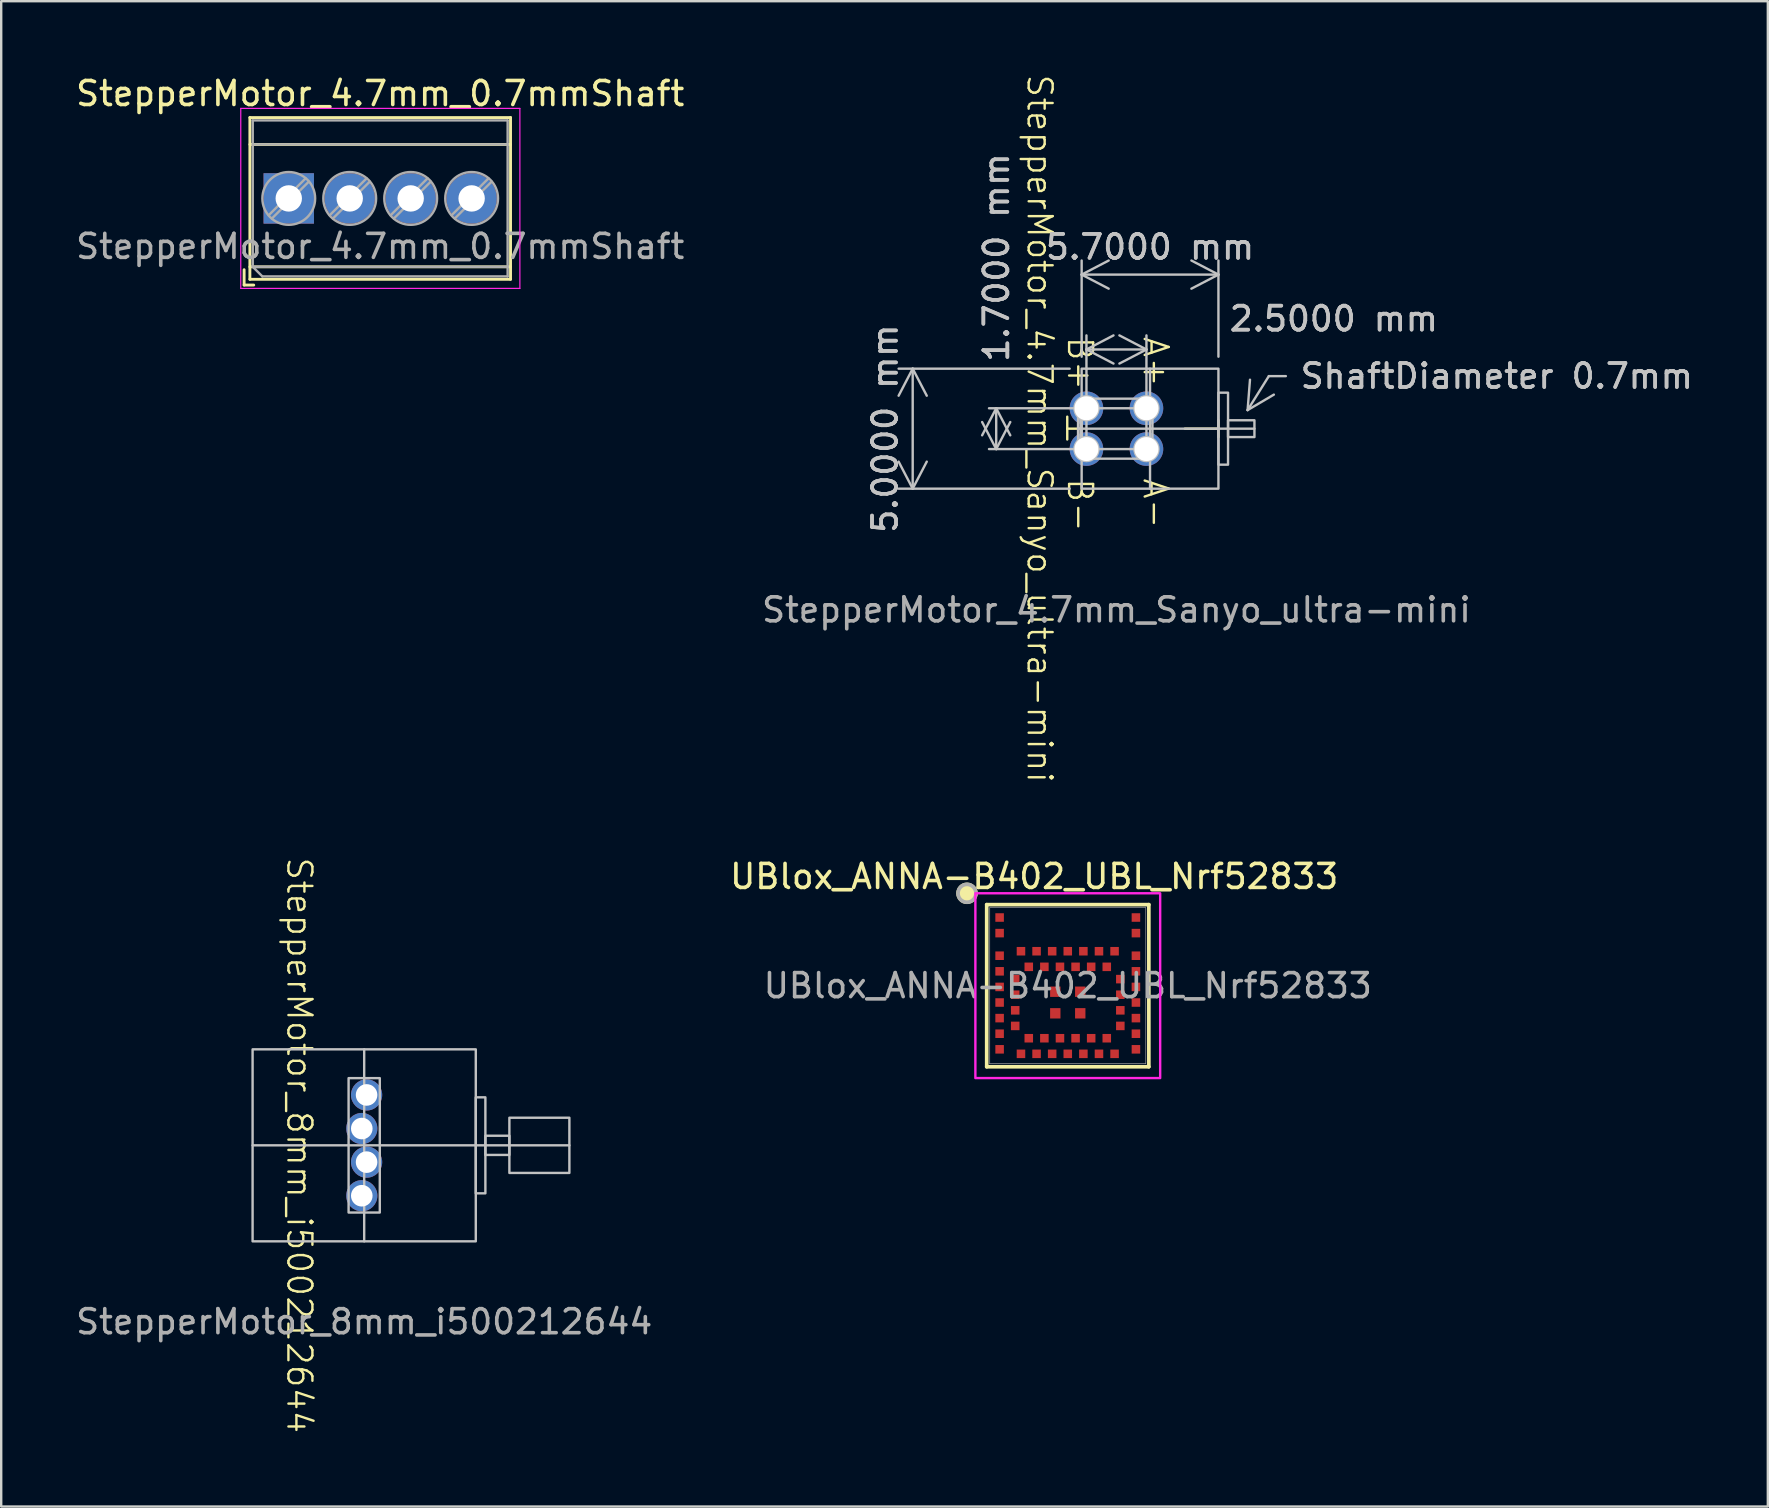
<source format=kicad_pcb>
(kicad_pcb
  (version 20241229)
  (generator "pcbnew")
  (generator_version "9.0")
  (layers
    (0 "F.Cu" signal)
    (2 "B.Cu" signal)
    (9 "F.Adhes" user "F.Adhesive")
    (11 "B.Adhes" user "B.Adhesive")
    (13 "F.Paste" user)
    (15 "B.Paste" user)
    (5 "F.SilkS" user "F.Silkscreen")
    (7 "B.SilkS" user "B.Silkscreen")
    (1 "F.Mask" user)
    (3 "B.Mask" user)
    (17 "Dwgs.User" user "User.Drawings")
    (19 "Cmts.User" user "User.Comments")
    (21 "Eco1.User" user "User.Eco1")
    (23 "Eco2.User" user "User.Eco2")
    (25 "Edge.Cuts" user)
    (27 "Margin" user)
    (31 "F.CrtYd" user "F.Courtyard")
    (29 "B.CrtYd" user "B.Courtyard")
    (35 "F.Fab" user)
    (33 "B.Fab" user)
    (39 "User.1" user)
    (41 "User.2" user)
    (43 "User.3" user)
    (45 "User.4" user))
  (footprint "StepperMotor_4.7mm_0.7mmShaft"
    (layer "F.Cu")
    (at 12.857 5.018)
    (property "Reference" "StepperMotor_4.7mm_0.7mmShaft" (at -0.065 -4.17 0) (layer "F.SilkS") (effects (font (size 1 1) (thickness 0.15))))
    (attr through_hole exclude_from_pos_files exclude_from_bom dnp)
    (fp_line (start -5.735 3.17) (end -5.735 3.81) (stroke (width 0.12) (type solid)) (layer "F.SilkS"))
    (fp_line (start -5.735 3.81) (end -5.335 3.81) (stroke (width 0.12) (type solid)) (layer "F.SilkS"))
    (fp_line (start -5.495 -3.17) (end -5.495 3.57) (stroke (width 0.12) (type solid)) (layer "F.SilkS"))
    (fp_line (start -5.495 -3.17) (end 5.366 -3.17) (stroke (width 0.12) (type solid)) (layer "F.SilkS"))
    (fp_line (start -5.495 -2.05) (end 5.366 -2.05) (stroke (width 0.12) (type solid)) (layer "F.SilkS"))
    (fp_line (start -5.495 3.05) (end 5.366 3.05) (stroke (width 0.12) (type solid)) (layer "F.SilkS"))
    (fp_line (start -5.495 3.57) (end 5.366 3.57) (stroke (width 0.12) (type solid)) (layer "F.SilkS"))
    (fp_line (start 5.366 -3.17) (end 5.366 3.57) (stroke (width 0.12) (type solid)) (layer "F.SilkS"))
    (fp_line (start -5.875 -3.55) (end -5.875 3.95) (stroke (width 0.05) (type solid)) (layer "F.CrtYd"))
    (fp_line (start -5.875 3.95) (end 5.755 3.95) (stroke (width 0.05) (type solid)) (layer "F.CrtYd"))
    (fp_line (start 5.755 -3.55) (end -5.875 -3.55) (stroke (width 0.05) (type solid)) (layer "F.CrtYd"))
    (fp_line (start 5.755 3.95) (end 5.755 -3.55) (stroke (width 0.05) (type solid)) (layer "F.CrtYd"))
    (fp_line (start -5.375 -3.05) (end 5.245 -3.05) (stroke (width 0.1) (type solid)) (layer "F.Fab"))
    (fp_line (start -5.375 -2.05) (end 5.245 -2.05) (stroke (width 0.1) (type solid)) (layer "F.Fab"))
    (fp_line (start -5.375 3.05) (end -5.375 -3.05) (stroke (width 0.1) (type solid)) (layer "F.Fab"))
    (fp_line (start -5.375 3.05) (end 5.245 3.05) (stroke (width 0.1) (type solid)) (layer "F.Fab"))
    (fp_line (start -4.975 3.45) (end -5.375 3.05) (stroke (width 0.1) (type solid)) (layer "F.Fab"))
    (fp_line (start -3.174 -0.635) (end -4.71 0.9) (stroke (width 0.1) (type solid)) (layer "F.Fab"))
    (fp_line (start -3.04 -0.5) (end -4.576 1.035) (stroke (width 0.1) (type solid)) (layer "F.Fab"))
    (fp_line (start -0.634 -0.635) (end -2.169 0.9) (stroke (width 0.1) (type solid)) (layer "F.Fab"))
    (fp_line (start -0.5 -0.5) (end -2.035 1.035) (stroke (width 0.1) (type solid)) (layer "F.Fab"))
    (fp_line (start 1.906 -0.635) (end 0.371 0.9) (stroke (width 0.1) (type solid)) (layer "F.Fab"))
    (fp_line (start 2.04 -0.5) (end 0.505 1.035) (stroke (width 0.1) (type solid)) (layer "F.Fab"))
    (fp_line (start 4.446 -0.635) (end 2.911 0.9) (stroke (width 0.1) (type solid)) (layer "F.Fab"))
    (fp_line (start 4.58 -0.5) (end 3.045 1.035) (stroke (width 0.1) (type solid)) (layer "F.Fab"))
    (fp_line (start 5.245 -3.05) (end 5.245 3.45) (stroke (width 0.1) (type solid)) (layer "F.Fab"))
    (fp_line (start 5.245 3.45) (end -4.975 3.45) (stroke (width 0.1) (type solid)) (layer "F.Fab"))
    (fp_circle (center -3.875 0.2) (end -2.775 0.2) (stroke (width 0.1) (type solid)) (fill no) (layer "F.Fab"))
    (fp_circle (center -1.335 0.2) (end -0.235 0.2) (stroke (width 0.1) (type solid)) (fill no) (layer "F.Fab"))
    (fp_circle (center 1.205 0.2) (end 2.305 0.2) (stroke (width 0.1) (type solid)) (fill no) (layer "F.Fab"))
    (fp_circle (center 3.745 0.2) (end 4.845 0.2) (stroke (width 0.1) (type solid)) (fill no) (layer "F.Fab"))
    (fp_text user "${REFERENCE}" (at -0.065 2.2 0) (layer "F.Fab") (effects (font (size 1 1) (thickness 0.15))))
    (pad "1" thru_hole rect (at -3.875 0.2) (size 2.1 2.1) (drill 1.1) (layers "*.Cu" "*.Mask"))
    (pad "2" thru_hole circle (at -1.335 0.2) (size 2.1 2.1) (drill 1.1) (layers "*.Cu" "*.Mask"))
    (pad "3" thru_hole circle (at 1.205 0.2) (size 2.1 2.1) (drill 1.1) (layers "*.Cu" "*.Mask"))
    (pad "4" thru_hole circle (at 3.745 0.2) (size 2.1 2.1) (drill 1.1) (layers "*.Cu" "*.Mask")))
  (footprint "UBlox_ANNA-B402_UBL_Nrf52833"
    (layer "F.Cu")
    (at 41.442 38.022)
    (property "Reference" "UBlox_ANNA-B402_UBL_Nrf52833" (at -1.4 -4.55 0) (unlocked yes) (layer "F.SilkS") (effects (font (size 1 1) (thickness 0.15))))
    (attr smd)
    (fp_line (start -3.378 -3.378) (end 3.378 -3.378) (stroke (width 0.152) (type solid)) (layer "F.SilkS"))
    (fp_line (start -3.378 3.378) (end -3.378 -3.378) (stroke (width 0.152) (type solid)) (layer "F.SilkS"))
    (fp_line (start 3.378 -3.378) (end 3.378 3.378) (stroke (width 0.152) (type solid)) (layer "F.SilkS"))
    (fp_line (start 3.378 3.378) (end -3.378 3.378) (stroke (width 0.152) (type solid)) (layer "F.SilkS"))
    (fp_circle (center -4.2 -3.85) (end -4.337 -3.504) (stroke (width 0.153) (type default)) (fill yes) (layer "F.SilkS"))
    (fp_rect (start -3.85 -3.85) (end 3.85 3.85) (stroke (width 0.1) (type default)) (fill no) (layer "F.CrtYd"))
    (fp_line (start -3.251 -3.251) (end -3.251 3.251) (stroke (width 0.025) (type solid)) (layer "F.Fab"))
    (fp_line (start -3.251 3.251) (end 3.251 3.251) (stroke (width 0.025) (type solid)) (layer "F.Fab"))
    (fp_line (start 3.251 -3.251) (end -3.251 -3.251) (stroke (width 0.025) (type solid)) (layer "F.Fab"))
    (fp_line (start 3.251 3.251) (end 3.251 -3.251) (stroke (width 0.025) (type solid)) (layer "F.Fab"))
    (fp_circle (center -4.2 -3.85) (end -4.337 -3.504) (stroke (width 0.153) (type default)) (fill no) (layer "F.Fab"))
    (fp_text user "${REFERENCE}" (at 0 0 0) (unlocked yes) (layer "F.Fab") (effects (font (size 1 1) (thickness 0.15))))
    (pad "1" smd rect (at -2.84 -2.841) (size 0.356 0.356) (layers "F.Cu" "F.Mask" "F.Paste"))
    (pad "2" smd rect (at -2.84 -2.191) (size 0.356 0.356) (layers "F.Cu" "F.Mask" "F.Paste"))
    (pad "3" smd rect (at -2.84 -1.249) (size 0.356 0.356) (layers "F.Cu" "F.Mask" "F.Paste"))
    (pad "4" smd rect (at -2.84 -0.599) (size 0.356 0.356) (layers "F.Cu" "F.Mask" "F.Paste"))
    (pad "5" smd rect (at -2.84 0.051) (size 0.356 0.356) (layers "F.Cu" "F.Mask" "F.Paste"))
    (pad "6" smd rect (at -2.84 0.701) (size 0.356 0.356) (layers "F.Cu" "F.Mask" "F.Paste"))
    (pad "7" smd rect (at -2.84 1.351) (size 0.356 0.356) (layers "F.Cu" "F.Mask" "F.Paste"))
    (pad "8" smd rect (at -2.84 2.001) (size 0.356 0.356) (layers "F.Cu" "F.Mask" "F.Paste"))
    (pad "9" smd rect (at -2.84 2.651) (size 0.356 0.356) (layers "F.Cu" "F.Mask" "F.Paste"))
    (pad "10" smd rect (at -2.19 -0.274) (size 0.356 0.356) (layers "F.Cu" "F.Mask" "F.Paste"))
    (pad "11" smd rect (at -2.19 0.376) (size 0.356 0.356) (layers "F.Cu" "F.Mask" "F.Paste"))
    (pad "12" smd rect (at -2.19 1.026) (size 0.356 0.356) (layers "F.Cu" "F.Mask" "F.Paste"))
    (pad "13" smd rect (at -2.19 1.676) (size 0.356 0.356) (layers "F.Cu" "F.Mask" "F.Paste"))
    (pad "14" smd rect (at -1.95 2.839) (size 0.356 0.356) (layers "F.Cu" "F.Mask" "F.Paste"))
    (pad "15" smd rect (at -1.3 2.839) (size 0.356 0.356) (layers "F.Cu" "F.Mask" "F.Paste"))
    (pad "16" smd rect (at -0.65 2.839) (size 0.356 0.356) (layers "F.Cu" "F.Mask" "F.Paste"))
    (pad "17" smd rect (at 0 2.839) (size 0.356 0.356) (layers "F.Cu" "F.Mask" "F.Paste"))
    (pad "18" smd rect (at 0.65 2.839) (size 0.356 0.356) (layers "F.Cu" "F.Mask" "F.Paste"))
    (pad "19" smd rect (at 1.3 2.839) (size 0.356 0.356) (layers "F.Cu" "F.Mask" "F.Paste"))
    (pad "20" smd rect (at 1.95 2.839) (size 0.356 0.356) (layers "F.Cu" "F.Mask" "F.Paste"))
    (pad "21" smd rect (at -1.625 2.189) (size 0.356 0.356) (layers "F.Cu" "F.Mask" "F.Paste"))
    (pad "22" smd rect (at -0.975 2.189) (size 0.356 0.356) (layers "F.Cu" "F.Mask" "F.Paste"))
    (pad "23" smd rect (at -0.325 2.189) (size 0.356 0.356) (layers "F.Cu" "F.Mask" "F.Paste"))
    (pad "24" smd rect (at 0.325 2.189) (size 0.356 0.356) (layers "F.Cu" "F.Mask" "F.Paste"))
    (pad "25" smd rect (at 0.975 2.189) (size 0.356 0.356) (layers "F.Cu" "F.Mask" "F.Paste"))
    (pad "26" smd rect (at 1.625 2.189) (size 0.356 0.356) (layers "F.Cu" "F.Mask" "F.Paste"))
    (pad "27" smd rect (at 2.84 2.651) (size 0.356 0.356) (layers "F.Cu" "F.Mask" "F.Paste"))
    (pad "28" smd rect (at 2.84 2.001) (size 0.356 0.356) (layers "F.Cu" "F.Mask" "F.Paste"))
    (pad "29" smd rect (at 2.84 1.351) (size 0.356 0.356) (layers "F.Cu" "F.Mask" "F.Paste"))
    (pad "30" smd rect (at 2.84 0.701) (size 0.356 0.356) (layers "F.Cu" "F.Mask" "F.Paste"))
    (pad "31" smd rect (at 2.84 0.051) (size 0.356 0.356) (layers "F.Cu" "F.Mask" "F.Paste"))
    (pad "32" smd rect (at 2.84 -0.599) (size 0.356 0.356) (layers "F.Cu" "F.Mask" "F.Paste"))
    (pad "33" smd rect (at 2.84 -1.249) (size 0.356 0.356) (layers "F.Cu" "F.Mask" "F.Paste"))
    (pad "34" smd rect (at 2.84 -2.191) (size 0.356 0.356) (layers "F.Cu" "F.Mask" "F.Paste"))
    (pad "35" smd rect (at 2.84 -2.841) (size 0.356 0.356) (layers "F.Cu" "F.Mask" "F.Paste"))
    (pad "36" smd rect (at 2.19 1.676) (size 0.356 0.356) (layers "F.Cu" "F.Mask" "F.Paste"))
    (pad "37" smd rect (at 2.19 1.026) (size 0.356 0.356) (layers "F.Cu" "F.Mask" "F.Paste"))
    (pad "38" smd rect (at 2.19 0.376) (size 0.356 0.356) (layers "F.Cu" "F.Mask" "F.Paste"))
    (pad "39" smd rect (at 2.19 -0.274) (size 0.356 0.356) (layers "F.Cu" "F.Mask" "F.Paste"))
    (pad "40" smd rect (at 1.95 -1.436) (size 0.356 0.356) (layers "F.Cu" "F.Mask" "F.Paste"))
    (pad "41" smd rect (at 1.3 -1.436) (size 0.356 0.356) (layers "F.Cu" "F.Mask" "F.Paste"))
    (pad "42" smd rect (at 0.65 -1.436) (size 0.356 0.356) (layers "F.Cu" "F.Mask" "F.Paste"))
    (pad "43" smd rect (at 0 -1.436) (size 0.356 0.356) (layers "F.Cu" "F.Mask" "F.Paste"))
    (pad "44" smd rect (at -0.65 -1.436) (size 0.356 0.356) (layers "F.Cu" "F.Mask" "F.Paste"))
    (pad "45" smd rect (at -1.3 -1.436) (size 0.356 0.356) (layers "F.Cu" "F.Mask" "F.Paste"))
    (pad "46" smd rect (at -1.95 -1.436) (size 0.356 0.356) (layers "F.Cu" "F.Mask" "F.Paste"))
    (pad "47" smd rect (at 1.625 -0.786) (size 0.356 0.356) (layers "F.Cu" "F.Mask" "F.Paste"))
    (pad "48" smd rect (at 0.975 -0.786) (size 0.356 0.356) (layers "F.Cu" "F.Mask" "F.Paste"))
    (pad "49" smd rect (at 0.325 -0.786) (size 0.356 0.356) (layers "F.Cu" "F.Mask" "F.Paste"))
    (pad "50" smd rect (at -0.325 -0.786) (size 0.356 0.356) (layers "F.Cu" "F.Mask" "F.Paste"))
    (pad "51" smd rect (at -0.975 -0.786) (size 0.356 0.356) (layers "F.Cu" "F.Mask" "F.Paste"))
    (pad "52" smd rect (at -1.625 -0.786) (size 0.356 0.356) (layers "F.Cu" "F.Mask" "F.Paste"))
    (pad "53" smd rect (at -0.52 0.251) (size 0.432 0.432) (layers "F.Cu" "F.Mask" "F.Paste"))
    (pad "54" smd rect (at -0.52 1.151) (size 0.432 0.432) (layers "F.Cu" "F.Mask" "F.Paste"))
    (pad "55" smd rect (at 0.52 1.151) (size 0.432 0.432) (layers "F.Cu" "F.Mask" "F.Paste"))
    (pad "56" smd rect (at 0.52 0.251) (size 0.432 0.432) (layers "F.Cu" "F.Mask" "F.Paste")))
  (footprint "StepperMotor_8mm_i500212644"
    (layer "F.Cu")
    (at 12.125 44.674)
    (property "Reference" "StepperMotor_8mm_i500212644" (at -2.7 0 270) (unlocked yes) (layer "F.SilkS") (effects (font (size 1 1) (thickness 0.1))))
    (attr through_hole)
    (fp_line (start -4.65 0) (end 8.55 0) (stroke (width 0.1) (type default)) (layer "Dwgs.User"))
    (fp_line (start 0 -4) (end 0 4) (stroke (width 0.1) (type default)) (layer "Dwgs.User"))
    (fp_rect (start -4.65 -4) (end 4.65 4) (stroke (width 0.1) (type default)) (fill no) (layer "Dwgs.User"))
    (fp_rect (start -0.65 -2.8) (end 0.65 2.8) (stroke (width 0.1) (type default)) (fill no) (layer "Dwgs.User"))
    (fp_rect (start 4.65 -2) (end 5.05 2) (stroke (width 0.1) (type default)) (fill no) (layer "Dwgs.User"))
    (fp_rect (start 5.05 -0.4) (end 6.05 0.4) (stroke (width 0.1) (type default)) (fill no) (layer "Dwgs.User"))
    (fp_rect (start 6.05 -1.15) (end 8.55 1.15) (stroke (width 0.1) (type default)) (fill no) (layer "Dwgs.User"))
    (fp_text user "${REFERENCE}" (at 0 7.35 0) (unlocked yes) (layer "F.Fab") (effects (font (size 1 1) (thickness 0.15))))
    (pad "1" thru_hole circle (at -0.1 2.1) (size 1.3 1.3) (drill 0.9) (layers "*.Cu" "*.Mask"))
    (pad "2" thru_hole circle (at -0.1 -0.7) (size 1.3 1.3) (drill 0.9) (layers "*.Cu" "*.Mask"))
    (pad "3" thru_hole circle (at 0.1 0.7) (size 1.3 1.3) (drill 0.9) (layers "*.Cu" "*.Mask"))
    (pad "4" thru_hole circle (at 0.1 -2.1) (size 1.3 1.3) (drill 0.9) (layers "*.Cu" "*.Mask")))
  (footprint "StepperMotor_4.7mm_Sanyo_ultra-mini"
    (layer "F.Cu")
    (at 43.47 14.812)
    (property "Reference" "StepperMotor_4.7mm_Sanyo_ultra-mini" (at -3.2 0 270) (unlocked yes) (layer "F.SilkS") (effects (font (size 1 1) (thickness 0.1))))
    (attr through_hole)
    (fp_line (start -2.05 -0.5) (end -2.05 0.45) (stroke (width 0.1) (type default)) (layer "F.SilkS"))
    (fp_line (start -1.5 0) (end -2.05 0) (stroke (width 0.1) (type default)) (layer "F.SilkS"))
    (fp_line (start 4.25 -0.35) (end 4.25 0.35) (stroke (width 0.1) (type default)) (layer "F.SilkS"))
    (fp_line (start 4.25 0) (end 2.85 0) (stroke (width 0.1) (type default)) (layer "F.SilkS"))
    (fp_line (start -1.6 0) (end 5.75 0) (stroke (width 0.1) (type default)) (layer "Dwgs.User"))
    (fp_line (start 1.4 -2.5) (end 1.4 2.5) (stroke (width 0.1) (type default)) (layer "Dwgs.User"))
    (fp_rect (start -1.6 -0.75) (end -1.45 0.75) (stroke (width 0.1) (type default)) (fill no) (layer "Dwgs.User"))
    (fp_rect (start -1.5 -1.25) (end 1.5 1.25) (stroke (width 0.1) (type default)) (fill no) (layer "Dwgs.User"))
    (fp_rect (start -1.45 -2.5) (end 4.25 2.5) (stroke (width 0.1) (type default)) (fill no) (layer "Dwgs.User"))
    (fp_rect (start -1.25 -0.85) (end 1.25 0.85) (stroke (width 0.1) (type default)) (fill no) (layer "Dwgs.User"))
    (fp_rect (start 4.25 -1.5) (end 4.65 1.5) (stroke (width 0.1) (type default)) (fill no) (layer "Dwgs.User"))
    (fp_rect (start 4.65 -0.35) (end 5.75 0.35) (stroke (width 0.1) (type default)) (fill no) (layer "Dwgs.User"))
    (fp_circle (center -1.25 -0.85) (end -1.25 -1.35) (stroke (width 0.1) (type default)) (fill no) (layer "Dwgs.User"))
    (fp_circle (center -1.25 0.85) (end -1.25 1.35) (stroke (width 0.1) (type default)) (fill no) (layer "Dwgs.User"))
    (fp_circle (center 1.25 -0.85) (end 1.25 -1.35) (stroke (width 0.1) (type default)) (fill no) (layer "Dwgs.User"))
    (fp_circle (center 1.25 0.85) (end 1.25 1.35) (stroke (width 0.1) (type default)) (fill no) (layer "Dwgs.User"))
    (fp_text user "B+" (at -2.1 -3.9 270) (unlocked yes) (layer "F.SilkS") (effects (font (size 1 1) (thickness 0.1)) (justify left bottom)))
    (fp_text user "A+" (at 1.05 -3.9 270) (unlocked yes) (layer "F.SilkS") (effects (font (size 1 1) (thickness 0.1)) (justify left bottom)))
    (fp_text user "A-" (at 1.05 2 270) (unlocked yes) (layer "F.SilkS") (effects (font (size 1 1) (thickness 0.1)) (justify left bottom)))
    (fp_text user "B-" (at -2.1 2 270) (unlocked yes) (layer "F.SilkS") (effects (font (size 1 1) (thickness 0.1)) (justify left bottom)))
    (fp_text user "${REFERENCE}" (at 0 7.55 0) (unlocked yes) (layer "F.Fab") (effects (font (size 1 1) (thickness 0.15))))
    (dimension (type aligned) (layer "Dwgs.User") (pts (xy 42.22 13.962) (xy 44.72 13.962)) (height -2.45) (format (prefix "") (suffix "") (units 3) (units_format 1) (precision 4)) (style (thickness 0.1) (arrow_length 1.27) (text_position_mode 2) (arrow_direction outward) (extension_height 0.586) (extension_offset 0.5) (keep_text_aligned yes)) (gr_text "2.5000 mm" (at 52.53 10.232 0) (layer "Dwgs.User") (effects (font (size 1 1) (thickness 0.15)))))
    (dimension (type aligned) (layer "Dwgs.User") (pts (xy 42.22 13.962) (xy 42.22 15.662)) (height 3.76) (format (prefix "") (suffix "") (units 3) (units_format 1) (precision 4)) (style (thickness 0.1) (arrow_length 1.27) (text_position_mode 2) (arrow_direction outward) (extension_height 0.3) (extension_offset 0.5) (keep_text_aligned yes)) (gr_text "1.7000 mm" (at 38.47 7.682 90) (layer "Dwgs.User") (effects (font (size 1 1) (thickness 0.15)))))
    (dimension (type aligned) (layer "Dwgs.User") (pts (xy 42.02 12.312) (xy 42.02 17.312)) (height 7.04) (format (prefix "") (suffix "") (units 3) (units_format 1) (precision 4)) (style (thickness 0.1) (arrow_length 1.27) (text_position_mode 0) (arrow_direction outward) (extension_height 0.586) (extension_offset 0.5) (keep_text_aligned yes)) (gr_text "5.0000 mm" (at 33.83 14.812 90) (layer "Dwgs.User") (effects (font (size 1 1) (thickness 0.15)))))
    (dimension (type aligned) (layer "Dwgs.User") (pts (xy 47.72 12.312) (xy 42.02 12.312)) (height 3.92) (format (prefix "") (suffix "") (units 3) (units_format 1) (precision 4)) (style (thickness 0.1) (arrow_length 1.27) (text_position_mode 0) (arrow_direction outward) (extension_height 0.586) (extension_offset 0.5) (keep_text_aligned yes)) (gr_text "5.7000 mm" (at 44.87 7.242 0) (layer "Dwgs.User") (effects (font (size 1 1) (thickness 0.15)))))
    (dimension (type leader) (layer "Dwgs.User") (pts (xy 48.67 14.462) (xy 49.82 12.622)) (format (prefix "") (suffix "") (units 0) (units_format 0) (precision 4) (override_value "ShaftDiameter 0.7mm")) (style (thickness 0.1) (arrow_length 1.27) (text_position_mode 0) (text_frame 0) (extension_offset 0.5)) (gr_text "ShaftDiameter 0.7mm" (at 59.32 12.622 0) (layer "Dwgs.User") (effects (font (size 1 1) (thickness 0.15)))))
    (pad "1" thru_hole circle (at 1.25 -0.85) (size 1.4 1.4) (drill 1) (layers "*.Cu" "*.Mask"))
    (pad "2" thru_hole circle (at 1.25 0.85) (size 1.4 1.4) (drill 1) (layers "*.Cu" "*.Mask"))
    (pad "3" thru_hole circle (at -1.25 -0.85) (size 1.4 1.4) (drill 1) (layers "*.Cu" "*.Mask"))
    (pad "4" thru_hole circle (at -1.25 0.85) (size 1.4 1.4) (drill 1) (layers "*.Cu" "*.Mask")))
  (gr_rect
    (start -3 -3)
    (end 70.612 59.724)
    (stroke (width 0.1) (type default))
    (fill no)
    (layer "Edge.Cuts")))
</source>
